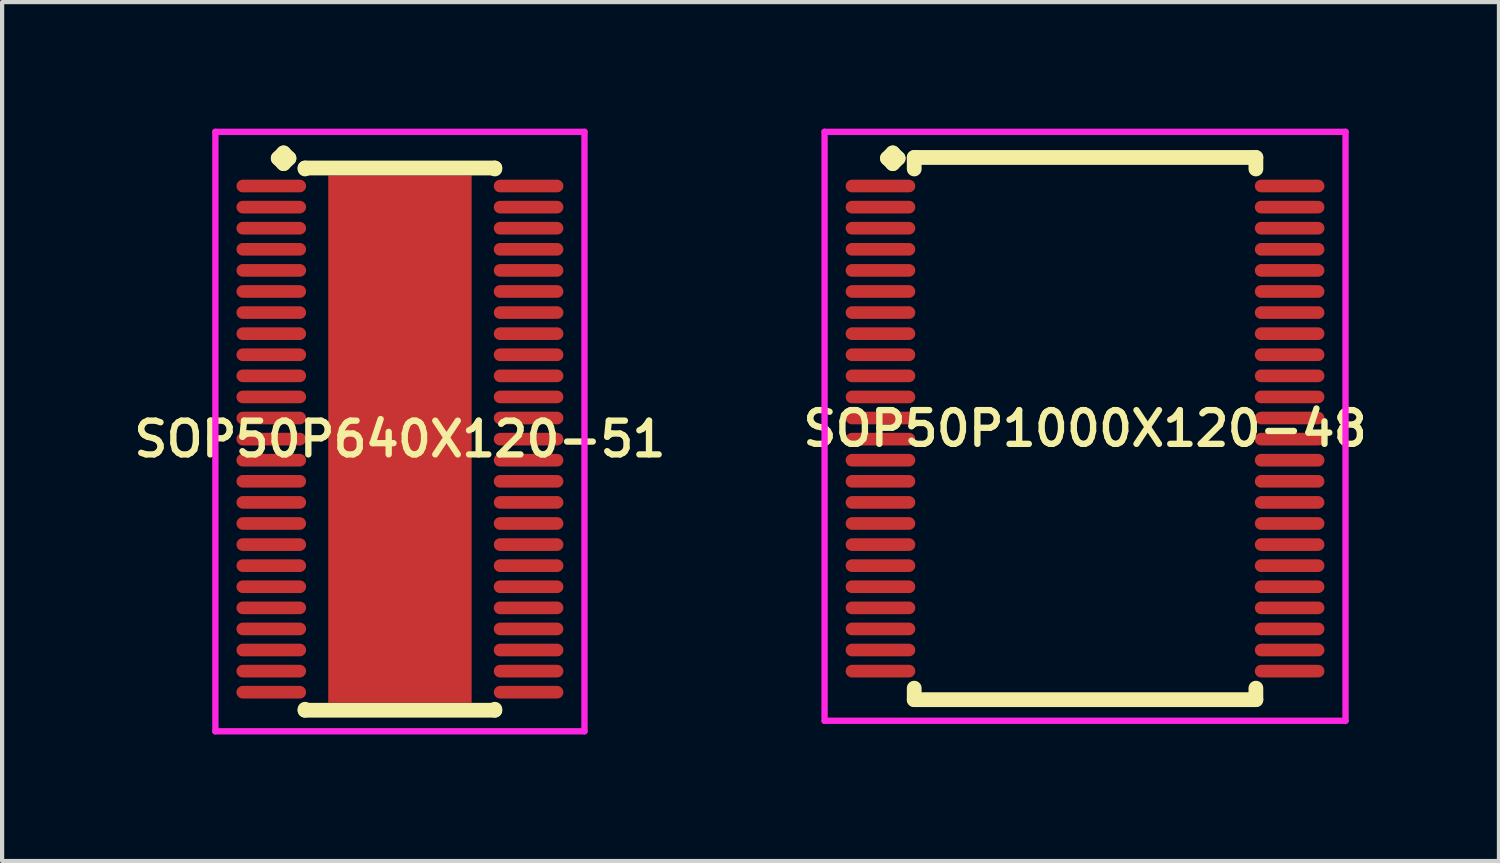
<source format=kicad_pcb>
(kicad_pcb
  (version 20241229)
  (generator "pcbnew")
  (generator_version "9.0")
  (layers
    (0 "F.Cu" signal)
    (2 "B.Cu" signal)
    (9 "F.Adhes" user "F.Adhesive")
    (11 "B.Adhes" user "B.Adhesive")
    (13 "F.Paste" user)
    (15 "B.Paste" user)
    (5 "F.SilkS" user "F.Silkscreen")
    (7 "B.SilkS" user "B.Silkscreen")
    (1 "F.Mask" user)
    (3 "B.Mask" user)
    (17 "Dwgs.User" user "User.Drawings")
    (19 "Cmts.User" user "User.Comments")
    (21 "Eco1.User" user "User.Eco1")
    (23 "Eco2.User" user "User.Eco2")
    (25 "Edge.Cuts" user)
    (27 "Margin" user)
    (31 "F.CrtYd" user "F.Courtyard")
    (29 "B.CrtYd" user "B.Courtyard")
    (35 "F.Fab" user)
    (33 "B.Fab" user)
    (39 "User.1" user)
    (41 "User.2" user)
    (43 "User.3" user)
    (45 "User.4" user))
  (footprint "SOP50P640X120-51"
    (layer "F.Cu")
    (at 6.431 7.36)
    (property "Reference" "SOP50P640X120-51" (at 0 0 0) (layer "F.SilkS") (effects (font (size 0.8 0.8) (thickness 0.15))))
    (attr through_hole)
    (fp_line (start -2.885 -6.658) (end -2.758 -6.785) (stroke (width 0.35) (type solid)) (layer "F.SilkS"))
    (fp_line (start -2.758 -6.785) (end -2.631 -6.658) (stroke (width 0.35) (type solid)) (layer "F.SilkS"))
    (fp_line (start -2.758 -6.531) (end -2.885 -6.658) (stroke (width 0.35) (type solid)) (layer "F.SilkS"))
    (fp_line (start -2.631 -6.658) (end -2.758 -6.531) (stroke (width 0.35) (type solid)) (layer "F.SilkS"))
    (fp_line (start -2.25 -6.427) (end 2.25 -6.427) (stroke (width 0.35) (type solid)) (layer "F.SilkS"))
    (fp_line (start -2.25 -6.404) (end -2.25 -6.427) (stroke (width 0.35) (type solid)) (layer "F.SilkS"))
    (fp_line (start -2.25 6.404) (end -2.25 6.427) (stroke (width 0.35) (type solid)) (layer "F.SilkS"))
    (fp_line (start -2.25 6.427) (end 2.25 6.427) (stroke (width 0.35) (type solid)) (layer "F.SilkS"))
    (fp_line (start 2.25 -6.427) (end 2.25 -6.404) (stroke (width 0.35) (type solid)) (layer "F.SilkS"))
    (fp_line (start 2.25 6.427) (end 2.25 6.404) (stroke (width 0.35) (type solid)) (layer "F.SilkS"))
    (fp_line (start -4.375 -7.285) (end 4.375 -7.285) (stroke (width 0.15) (type solid)) (layer "F.CrtYd"))
    (fp_line (start -4.375 6.927) (end -4.375 -7.285) (stroke (width 0.15) (type solid)) (layer "F.CrtYd"))
    (fp_line (start 4.375 -7.285) (end 4.375 6.927) (stroke (width 0.15) (type solid)) (layer "F.CrtYd"))
    (fp_line (start 4.375 6.927) (end -4.375 6.927) (stroke (width 0.15) (type solid)) (layer "F.CrtYd"))
    (pad "1" smd oval (at -3.05 -6) (size 1.65 0.3) (layers "F.Cu" "F.Mask" "F.Paste"))
    (pad "2" smd oval (at -3.05 -5.5) (size 1.65 0.3) (layers "F.Cu" "F.Mask" "F.Paste"))
    (pad "3" smd oval (at -3.05 -5) (size 1.65 0.3) (layers "F.Cu" "F.Mask" "F.Paste"))
    (pad "4" smd oval (at -3.05 -4.5) (size 1.65 0.3) (layers "F.Cu" "F.Mask" "F.Paste"))
    (pad "5" smd oval (at -3.05 -4) (size 1.65 0.3) (layers "F.Cu" "F.Mask" "F.Paste"))
    (pad "6" smd oval (at -3.05 -3.5) (size 1.65 0.3) (layers "F.Cu" "F.Mask" "F.Paste"))
    (pad "7" smd oval (at -3.05 -3) (size 1.65 0.3) (layers "F.Cu" "F.Mask" "F.Paste"))
    (pad "8" smd oval (at -3.05 -2.5) (size 1.65 0.3) (layers "F.Cu" "F.Mask" "F.Paste"))
    (pad "9" smd oval (at -3.05 -2) (size 1.65 0.3) (layers "F.Cu" "F.Mask" "F.Paste"))
    (pad "10" smd oval (at -3.05 -1.5) (size 1.65 0.3) (layers "F.Cu" "F.Mask" "F.Paste"))
    (pad "11" smd oval (at -3.05 -1) (size 1.65 0.3) (layers "F.Cu" "F.Mask" "F.Paste"))
    (pad "12" smd oval (at -3.05 -0.5) (size 1.65 0.3) (layers "F.Cu" "F.Mask" "F.Paste"))
    (pad "13" smd oval (at -3.05 0) (size 1.65 0.3) (layers "F.Cu" "F.Mask" "F.Paste"))
    (pad "14" smd oval (at -3.05 0.5) (size 1.65 0.3) (layers "F.Cu" "F.Mask" "F.Paste"))
    (pad "15" smd oval (at -3.05 1) (size 1.65 0.3) (layers "F.Cu" "F.Mask" "F.Paste"))
    (pad "16" smd oval (at -3.05 1.5) (size 1.65 0.3) (layers "F.Cu" "F.Mask" "F.Paste"))
    (pad "17" smd oval (at -3.05 2) (size 1.65 0.3) (layers "F.Cu" "F.Mask" "F.Paste"))
    (pad "18" smd oval (at -3.05 2.5) (size 1.65 0.3) (layers "F.Cu" "F.Mask" "F.Paste"))
    (pad "19" smd oval (at -3.05 3) (size 1.65 0.3) (layers "F.Cu" "F.Mask" "F.Paste"))
    (pad "20" smd oval (at -3.05 3.5) (size 1.65 0.3) (layers "F.Cu" "F.Mask" "F.Paste"))
    (pad "21" smd oval (at -3.05 4) (size 1.65 0.3) (layers "F.Cu" "F.Mask" "F.Paste"))
    (pad "22" smd oval (at -3.05 4.5) (size 1.65 0.3) (layers "F.Cu" "F.Mask" "F.Paste"))
    (pad "23" smd oval (at -3.05 5) (size 1.65 0.3) (layers "F.Cu" "F.Mask" "F.Paste"))
    (pad "24" smd oval (at -3.05 5.5) (size 1.65 0.3) (layers "F.Cu" "F.Mask" "F.Paste"))
    (pad "25" smd oval (at -3.05 6) (size 1.65 0.3) (layers "F.Cu" "F.Mask" "F.Paste"))
    (pad "26" smd oval (at 3.05 6) (size 1.65 0.3) (layers "F.Cu" "F.Mask" "F.Paste"))
    (pad "27" smd oval (at 3.05 5.5) (size 1.65 0.3) (layers "F.Cu" "F.Mask" "F.Paste"))
    (pad "28" smd oval (at 3.05 5) (size 1.65 0.3) (layers "F.Cu" "F.Mask" "F.Paste"))
    (pad "29" smd oval (at 3.05 4.5) (size 1.65 0.3) (layers "F.Cu" "F.Mask" "F.Paste"))
    (pad "30" smd oval (at 3.05 4) (size 1.65 0.3) (layers "F.Cu" "F.Mask" "F.Paste"))
    (pad "31" smd oval (at 3.05 3.5) (size 1.65 0.3) (layers "F.Cu" "F.Mask" "F.Paste"))
    (pad "32" smd oval (at 3.05 3) (size 1.65 0.3) (layers "F.Cu" "F.Mask" "F.Paste"))
    (pad "33" smd oval (at 3.05 2.5) (size 1.65 0.3) (layers "F.Cu" "F.Mask" "F.Paste"))
    (pad "34" smd oval (at 3.05 2) (size 1.65 0.3) (layers "F.Cu" "F.Mask" "F.Paste"))
    (pad "35" smd oval (at 3.05 1.5) (size 1.65 0.3) (layers "F.Cu" "F.Mask" "F.Paste"))
    (pad "36" smd oval (at 3.05 1) (size 1.65 0.3) (layers "F.Cu" "F.Mask" "F.Paste"))
    (pad "37" smd oval (at 3.05 0.5) (size 1.65 0.3) (layers "F.Cu" "F.Mask" "F.Paste"))
    (pad "38" smd oval (at 3.05 0) (size 1.65 0.3) (layers "F.Cu" "F.Mask" "F.Paste"))
    (pad "39" smd oval (at 3.05 -0.5) (size 1.65 0.3) (layers "F.Cu" "F.Mask" "F.Paste"))
    (pad "40" smd oval (at 3.05 -1) (size 1.65 0.3) (layers "F.Cu" "F.Mask" "F.Paste"))
    (pad "41" smd oval (at 3.05 -1.5) (size 1.65 0.3) (layers "F.Cu" "F.Mask" "F.Paste"))
    (pad "42" smd oval (at 3.05 -2) (size 1.65 0.3) (layers "F.Cu" "F.Mask" "F.Paste"))
    (pad "43" smd oval (at 3.05 -2.5) (size 1.65 0.3) (layers "F.Cu" "F.Mask" "F.Paste"))
    (pad "44" smd oval (at 3.05 -3) (size 1.65 0.3) (layers "F.Cu" "F.Mask" "F.Paste"))
    (pad "45" smd oval (at 3.05 -3.5) (size 1.65 0.3) (layers "F.Cu" "F.Mask" "F.Paste"))
    (pad "46" smd oval (at 3.05 -4) (size 1.65 0.3) (layers "F.Cu" "F.Mask" "F.Paste"))
    (pad "47" smd oval (at 3.05 -4.5) (size 1.65 0.3) (layers "F.Cu" "F.Mask" "F.Paste"))
    (pad "48" smd oval (at 3.05 -5) (size 1.65 0.3) (layers "F.Cu" "F.Mask" "F.Paste"))
    (pad "49" smd oval (at 3.05 -5.5) (size 1.65 0.3) (layers "F.Cu" "F.Mask" "F.Paste"))
    (pad "50" smd oval (at 3.05 -6) (size 1.65 0.3) (layers "F.Cu" "F.Mask" "F.Paste"))
    (pad "51" smd rect (at 0 0) (size 3.4 12.5) (layers "F.Cu" "F.Mask" "F.Paste")))
  (footprint "SOP50P1000X120-48"
    (layer "F.Cu")
    (at 22.673 7.11)
    (property "Reference" "SOP50P1000X120-48" (at 0 0 0) (layer "F.SilkS") (effects (font (size 0.8 0.8) (thickness 0.15))))
    (attr through_hole)
    (fp_line (start -4.685 -6.408) (end -4.558 -6.535) (stroke (width 0.35) (type solid)) (layer "F.SilkS"))
    (fp_line (start -4.558 -6.535) (end -4.431 -6.408) (stroke (width 0.35) (type solid)) (layer "F.SilkS"))
    (fp_line (start -4.558 -6.281) (end -4.685 -6.408) (stroke (width 0.35) (type solid)) (layer "F.SilkS"))
    (fp_line (start -4.431 -6.408) (end -4.558 -6.281) (stroke (width 0.35) (type solid)) (layer "F.SilkS"))
    (fp_line (start -4.05 -6.427) (end 4.05 -6.427) (stroke (width 0.35) (type solid)) (layer "F.SilkS"))
    (fp_line (start -4.05 -6.154) (end -4.05 -6.427) (stroke (width 0.35) (type solid)) (layer "F.SilkS"))
    (fp_line (start -4.05 6.154) (end -4.05 6.427) (stroke (width 0.35) (type solid)) (layer "F.SilkS"))
    (fp_line (start -4.05 6.427) (end 4.05 6.427) (stroke (width 0.35) (type solid)) (layer "F.SilkS"))
    (fp_line (start 4.05 -6.427) (end 4.05 -6.154) (stroke (width 0.35) (type solid)) (layer "F.SilkS"))
    (fp_line (start 4.05 6.427) (end 4.05 6.154) (stroke (width 0.35) (type solid)) (layer "F.SilkS"))
    (fp_line (start -6.175 -7.035) (end 6.175 -7.035) (stroke (width 0.15) (type solid)) (layer "F.CrtYd"))
    (fp_line (start -6.175 6.927) (end -6.175 -7.035) (stroke (width 0.15) (type solid)) (layer "F.CrtYd"))
    (fp_line (start 6.175 -7.035) (end 6.175 6.927) (stroke (width 0.15) (type solid)) (layer "F.CrtYd"))
    (fp_line (start 6.175 6.927) (end -6.175 6.927) (stroke (width 0.15) (type solid)) (layer "F.CrtYd"))
    (pad "1" smd oval (at -4.85 -5.75) (size 1.65 0.3) (layers "F.Cu" "F.Mask" "F.Paste"))
    (pad "2" smd oval (at -4.85 -5.25) (size 1.65 0.3) (layers "F.Cu" "F.Mask" "F.Paste"))
    (pad "3" smd oval (at -4.85 -4.75) (size 1.65 0.3) (layers "F.Cu" "F.Mask" "F.Paste"))
    (pad "4" smd oval (at -4.85 -4.25) (size 1.65 0.3) (layers "F.Cu" "F.Mask" "F.Paste"))
    (pad "5" smd oval (at -4.85 -3.75) (size 1.65 0.3) (layers "F.Cu" "F.Mask" "F.Paste"))
    (pad "6" smd oval (at -4.85 -3.25) (size 1.65 0.3) (layers "F.Cu" "F.Mask" "F.Paste"))
    (pad "7" smd oval (at -4.85 -2.75) (size 1.65 0.3) (layers "F.Cu" "F.Mask" "F.Paste"))
    (pad "8" smd oval (at -4.85 -2.25) (size 1.65 0.3) (layers "F.Cu" "F.Mask" "F.Paste"))
    (pad "9" smd oval (at -4.85 -1.75) (size 1.65 0.3) (layers "F.Cu" "F.Mask" "F.Paste"))
    (pad "10" smd oval (at -4.85 -1.25) (size 1.65 0.3) (layers "F.Cu" "F.Mask" "F.Paste"))
    (pad "11" smd oval (at -4.85 -0.75) (size 1.65 0.3) (layers "F.Cu" "F.Mask" "F.Paste"))
    (pad "12" smd oval (at -4.85 -0.25) (size 1.65 0.3) (layers "F.Cu" "F.Mask" "F.Paste"))
    (pad "13" smd oval (at -4.85 0.25) (size 1.65 0.3) (layers "F.Cu" "F.Mask" "F.Paste"))
    (pad "14" smd oval (at -4.85 0.75) (size 1.65 0.3) (layers "F.Cu" "F.Mask" "F.Paste"))
    (pad "15" smd oval (at -4.85 1.25) (size 1.65 0.3) (layers "F.Cu" "F.Mask" "F.Paste"))
    (pad "16" smd oval (at -4.85 1.75) (size 1.65 0.3) (layers "F.Cu" "F.Mask" "F.Paste"))
    (pad "17" smd oval (at -4.85 2.25) (size 1.65 0.3) (layers "F.Cu" "F.Mask" "F.Paste"))
    (pad "18" smd oval (at -4.85 2.75) (size 1.65 0.3) (layers "F.Cu" "F.Mask" "F.Paste"))
    (pad "19" smd oval (at -4.85 3.25) (size 1.65 0.3) (layers "F.Cu" "F.Mask" "F.Paste"))
    (pad "20" smd oval (at -4.85 3.75) (size 1.65 0.3) (layers "F.Cu" "F.Mask" "F.Paste"))
    (pad "21" smd oval (at -4.85 4.25) (size 1.65 0.3) (layers "F.Cu" "F.Mask" "F.Paste"))
    (pad "22" smd oval (at -4.85 4.75) (size 1.65 0.3) (layers "F.Cu" "F.Mask" "F.Paste"))
    (pad "23" smd oval (at -4.85 5.25) (size 1.65 0.3) (layers "F.Cu" "F.Mask" "F.Paste"))
    (pad "24" smd oval (at -4.85 5.75) (size 1.65 0.3) (layers "F.Cu" "F.Mask" "F.Paste"))
    (pad "25" smd oval (at 4.85 5.75) (size 1.65 0.3) (layers "F.Cu" "F.Mask" "F.Paste"))
    (pad "26" smd oval (at 4.85 5.25) (size 1.65 0.3) (layers "F.Cu" "F.Mask" "F.Paste"))
    (pad "27" smd oval (at 4.85 4.75) (size 1.65 0.3) (layers "F.Cu" "F.Mask" "F.Paste"))
    (pad "28" smd oval (at 4.85 4.25) (size 1.65 0.3) (layers "F.Cu" "F.Mask" "F.Paste"))
    (pad "29" smd oval (at 4.85 3.75) (size 1.65 0.3) (layers "F.Cu" "F.Mask" "F.Paste"))
    (pad "30" smd oval (at 4.85 3.25) (size 1.65 0.3) (layers "F.Cu" "F.Mask" "F.Paste"))
    (pad "31" smd oval (at 4.85 2.75) (size 1.65 0.3) (layers "F.Cu" "F.Mask" "F.Paste"))
    (pad "32" smd oval (at 4.85 2.25) (size 1.65 0.3) (layers "F.Cu" "F.Mask" "F.Paste"))
    (pad "33" smd oval (at 4.85 1.75) (size 1.65 0.3) (layers "F.Cu" "F.Mask" "F.Paste"))
    (pad "34" smd oval (at 4.85 1.25) (size 1.65 0.3) (layers "F.Cu" "F.Mask" "F.Paste"))
    (pad "35" smd oval (at 4.85 0.75) (size 1.65 0.3) (layers "F.Cu" "F.Mask" "F.Paste"))
    (pad "36" smd oval (at 4.85 0.25) (size 1.65 0.3) (layers "F.Cu" "F.Mask" "F.Paste"))
    (pad "37" smd oval (at 4.85 -0.25) (size 1.65 0.3) (layers "F.Cu" "F.Mask" "F.Paste"))
    (pad "38" smd oval (at 4.85 -0.75) (size 1.65 0.3) (layers "F.Cu" "F.Mask" "F.Paste"))
    (pad "39" smd oval (at 4.85 -1.25) (size 1.65 0.3) (layers "F.Cu" "F.Mask" "F.Paste"))
    (pad "40" smd oval (at 4.85 -1.75) (size 1.65 0.3) (layers "F.Cu" "F.Mask" "F.Paste"))
    (pad "41" smd oval (at 4.85 -2.25) (size 1.65 0.3) (layers "F.Cu" "F.Mask" "F.Paste"))
    (pad "42" smd oval (at 4.85 -2.75) (size 1.65 0.3) (layers "F.Cu" "F.Mask" "F.Paste"))
    (pad "43" smd oval (at 4.85 -3.25) (size 1.65 0.3) (layers "F.Cu" "F.Mask" "F.Paste"))
    (pad "44" smd oval (at 4.85 -3.75) (size 1.65 0.3) (layers "F.Cu" "F.Mask" "F.Paste"))
    (pad "45" smd oval (at 4.85 -4.25) (size 1.65 0.3) (layers "F.Cu" "F.Mask" "F.Paste"))
    (pad "46" smd oval (at 4.85 -4.75) (size 1.65 0.3) (layers "F.Cu" "F.Mask" "F.Paste"))
    (pad "47" smd oval (at 4.85 -5.25) (size 1.65 0.3) (layers "F.Cu" "F.Mask" "F.Paste"))
    (pad "48" smd oval (at 4.85 -5.75) (size 1.65 0.3) (layers "F.Cu" "F.Mask" "F.Paste")))
  (gr_rect
    (start -3 -3)
    (end 32.485 17.362)
    (stroke (width 0.1) (type default))
    (fill no)
    (layer "Edge.Cuts")))
</source>
